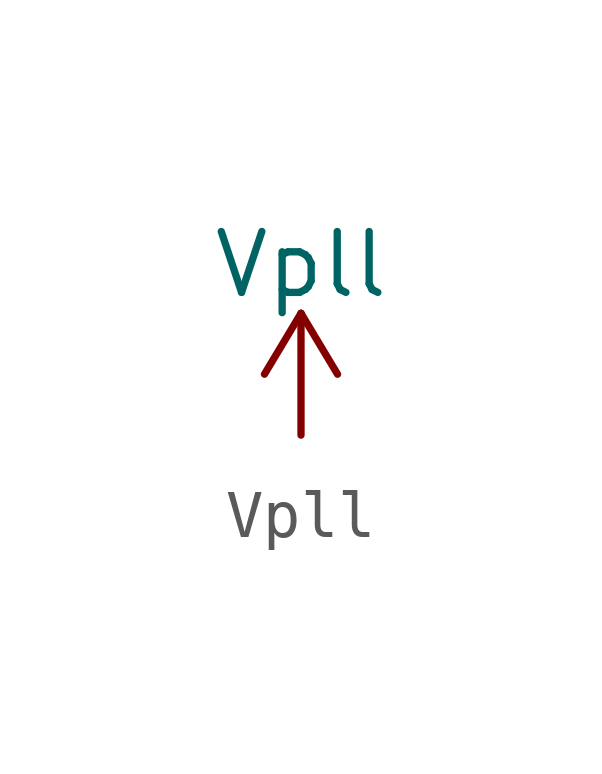
<source format=kicad_sym>
(kicad_symbol_lib
  (version 20211014)
  (generator kicad_symbol_editor)
  (symbol "Vpll"
    (power)
    (pin_names
      (offset 0))
    (property "Reference" "#PWR"
      (at 0 -3.81 0)
      (effects (font (size 1.27 1.27)) hide))
    (property "Value" "Vpll"
      (at 0 3.556 0)
      (effects (font (size 1.27 1.27))))
    (symbol "Vpll_0_1"
      (polyline (pts (xy -0.762 1.27) (xy 0 2.54)) (stroke (width 0) (type default) (color 0 0 0 0)) (fill (type none)))
      (polyline (pts (xy 0 0) (xy 0 2.54)) (stroke (width 0) (type default) (color 0 0 0 0)) (fill (type none)))
      (polyline (pts (xy 0 2.54) (xy 0.762 1.27)) (stroke (width 0) (type default) (color 0 0 0 0)) (fill (type none))))
    (symbol "Vpll_1_1"
      (pin power_in line (at 0 0 90) (length 0) hide (name "+1V8" (effects (font (size 1.27 1.27)))) (number "1" (effects (font (size 1.27 1.27))))))))
</source>
